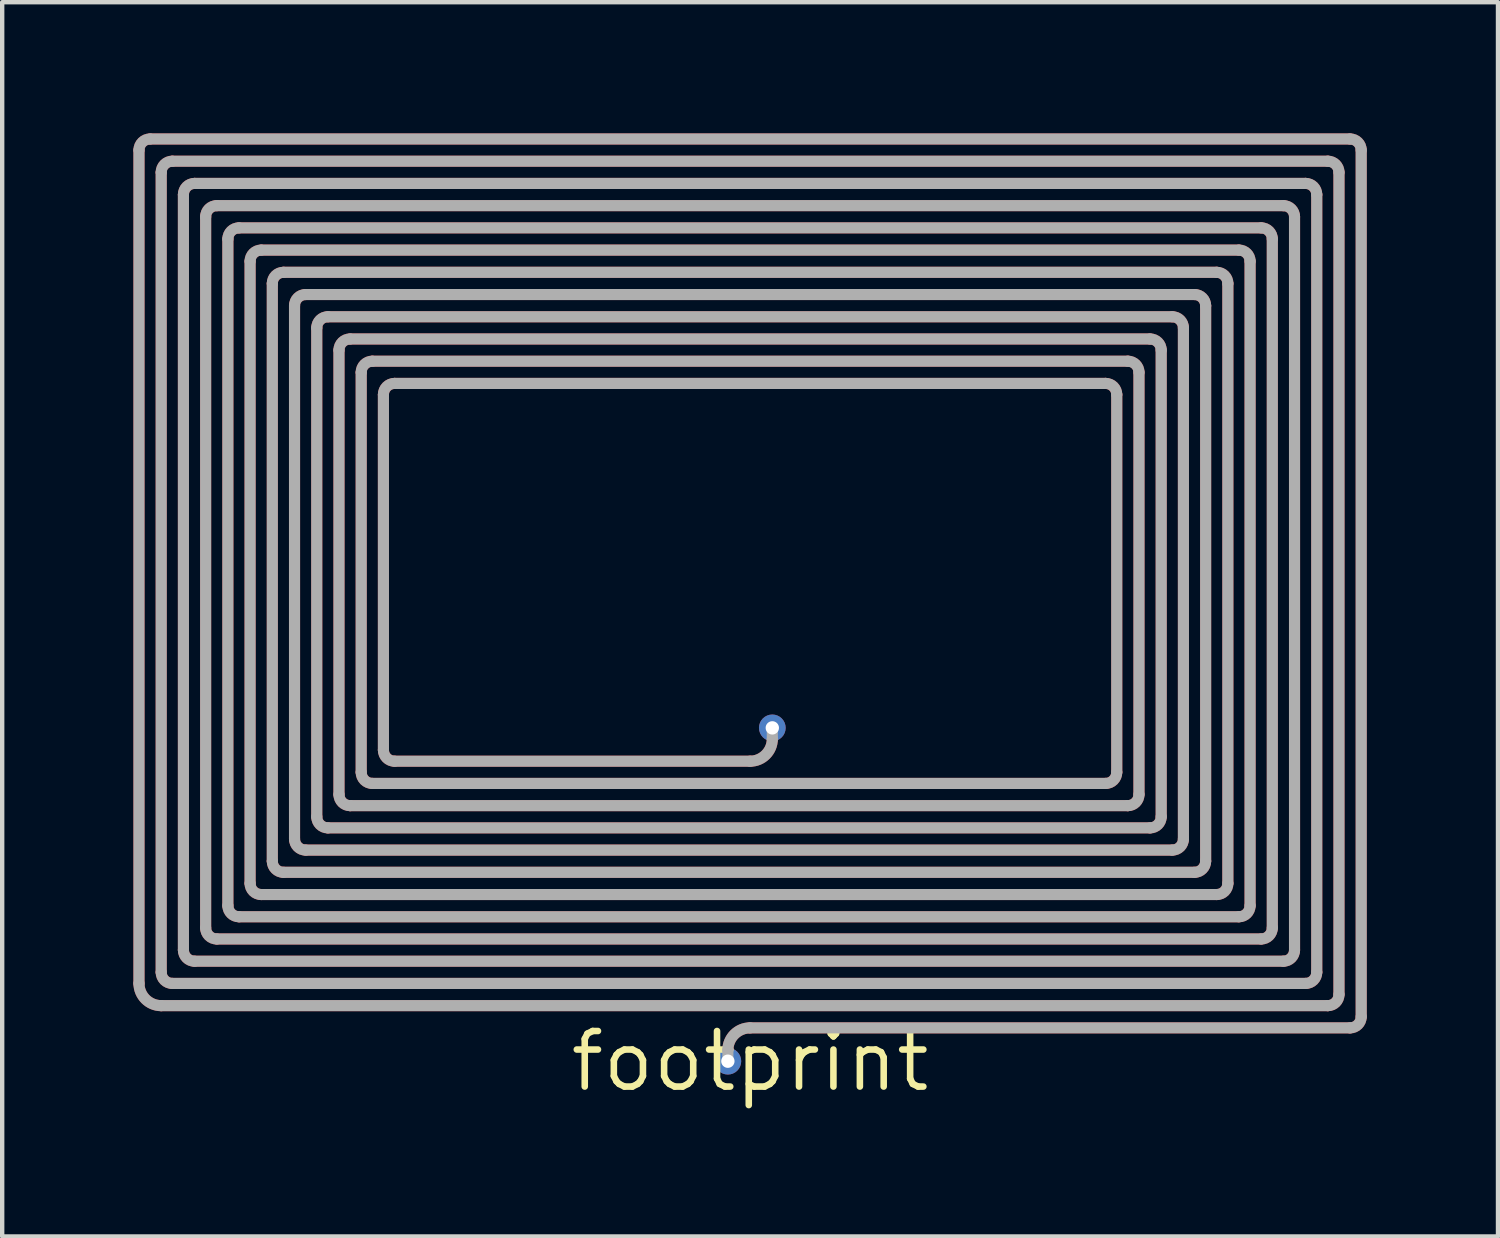
<source format=kicad_pcb>
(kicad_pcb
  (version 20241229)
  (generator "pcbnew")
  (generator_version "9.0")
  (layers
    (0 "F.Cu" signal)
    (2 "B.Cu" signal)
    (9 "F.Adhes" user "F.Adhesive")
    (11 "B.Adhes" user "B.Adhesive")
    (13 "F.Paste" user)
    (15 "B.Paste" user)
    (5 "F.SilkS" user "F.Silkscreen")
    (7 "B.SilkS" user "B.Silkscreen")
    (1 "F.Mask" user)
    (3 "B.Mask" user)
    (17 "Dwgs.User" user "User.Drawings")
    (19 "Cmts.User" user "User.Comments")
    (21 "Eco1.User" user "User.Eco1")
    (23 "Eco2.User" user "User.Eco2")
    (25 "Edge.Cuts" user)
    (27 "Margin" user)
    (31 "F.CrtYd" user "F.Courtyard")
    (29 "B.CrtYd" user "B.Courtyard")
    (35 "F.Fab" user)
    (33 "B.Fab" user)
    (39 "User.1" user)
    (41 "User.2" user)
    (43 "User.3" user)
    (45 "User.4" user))
  (footprint "footprint"
    (layer "F.Cu")
    (at 14.097 21.209)
    (property "Reference" "footprint" (at 0 0 0) (layer "F.SilkS") (effects (font (size 1.27 1.27) (thickness 0.15))))
    (fp_line (start -13.97 -20.828) (end -13.97 -1.778) (stroke (width 0.254) (type solid)) (layer "F.Cu"))
    (fp_line (start -13.462 -20.32) (end -13.462 -2.032) (stroke (width 0.254) (type solid)) (layer "F.Cu"))
    (fp_line (start -13.462 -1.27) (end 13.208 -1.27) (stroke (width 0.254) (type solid)) (layer "F.Cu"))
    (fp_line (start -13.208 -1.778) (end 12.7 -1.778) (stroke (width 0.254) (type solid)) (layer "F.Cu"))
    (fp_line (start -12.954 -19.812) (end -12.954 -2.54) (stroke (width 0.254) (type solid)) (layer "F.Cu"))
    (fp_line (start -12.7 -2.286) (end 12.192 -2.286) (stroke (width 0.254) (type solid)) (layer "F.Cu"))
    (fp_line (start -12.446 -19.304) (end -12.446 -3.048) (stroke (width 0.254) (type solid)) (layer "F.Cu"))
    (fp_line (start -12.192 -2.794) (end 11.684 -2.794) (stroke (width 0.254) (type solid)) (layer "F.Cu"))
    (fp_line (start -11.938 -18.796) (end -11.938 -3.556) (stroke (width 0.254) (type solid)) (layer "F.Cu"))
    (fp_line (start -11.684 -3.302) (end 11.176 -3.302) (stroke (width 0.254) (type solid)) (layer "F.Cu"))
    (fp_line (start -11.43 -18.288) (end -11.43 -4.064) (stroke (width 0.254) (type solid)) (layer "F.Cu"))
    (fp_line (start -11.176 -3.81) (end 10.668 -3.81) (stroke (width 0.254) (type solid)) (layer "F.Cu"))
    (fp_line (start -10.922 -17.78) (end -10.922 -4.572) (stroke (width 0.254) (type solid)) (layer "F.Cu"))
    (fp_line (start -10.668 -4.318) (end 10.16 -4.318) (stroke (width 0.254) (type solid)) (layer "F.Cu"))
    (fp_line (start -10.414 -17.272) (end -10.414 -5.08) (stroke (width 0.254) (type solid)) (layer "F.Cu"))
    (fp_line (start -10.16 -4.826) (end 9.652 -4.826) (stroke (width 0.254) (type solid)) (layer "F.Cu"))
    (fp_line (start -9.906 -16.764) (end -9.906 -5.588) (stroke (width 0.254) (type solid)) (layer "F.Cu"))
    (fp_line (start -9.652 -5.334) (end 9.144 -5.334) (stroke (width 0.254) (type solid)) (layer "F.Cu"))
    (fp_line (start -9.398 -16.256) (end -9.398 -6.096) (stroke (width 0.254) (type solid)) (layer "F.Cu"))
    (fp_line (start -9.144 -5.842) (end 8.636 -5.842) (stroke (width 0.254) (type solid)) (layer "F.Cu"))
    (fp_line (start -8.89 -15.748) (end -8.89 -6.604) (stroke (width 0.254) (type solid)) (layer "F.Cu"))
    (fp_line (start -8.636 -6.35) (end 8.128 -6.35) (stroke (width 0.254) (type solid)) (layer "F.Cu"))
    (fp_line (start -8.382 -15.24) (end -8.382 -7.112) (stroke (width 0.254) (type solid)) (layer "F.Cu"))
    (fp_line (start -8.128 -6.858) (end 0 -6.858) (stroke (width 0.254) (type solid)) (layer "F.Cu"))
    (fp_line (start -0.508 -0.254) (end -0.508 0) (stroke (width 0.254) (type solid)) (layer "F.Cu"))
    (fp_line (start 0 -0.762) (end 13.716 -0.762) (stroke (width 0.254) (type solid)) (layer "F.Cu"))
    (fp_line (start 0.508 -7.366) (end 0.508 -7.62) (stroke (width 0.254) (type solid)) (layer "F.Cu"))
    (fp_line (start 8.128 -15.494) (end -8.128 -15.494) (stroke (width 0.254) (type solid)) (layer "F.Cu"))
    (fp_line (start 8.382 -6.604) (end 8.382 -15.24) (stroke (width 0.254) (type solid)) (layer "F.Cu"))
    (fp_line (start 8.636 -16.002) (end -8.636 -16.002) (stroke (width 0.254) (type solid)) (layer "F.Cu"))
    (fp_line (start 8.89 -6.096) (end 8.89 -15.748) (stroke (width 0.254) (type solid)) (layer "F.Cu"))
    (fp_line (start 9.144 -16.51) (end -9.144 -16.51) (stroke (width 0.254) (type solid)) (layer "F.Cu"))
    (fp_line (start 9.398 -5.588) (end 9.398 -16.256) (stroke (width 0.254) (type solid)) (layer "F.Cu"))
    (fp_line (start 9.652 -17.018) (end -9.652 -17.018) (stroke (width 0.254) (type solid)) (layer "F.Cu"))
    (fp_line (start 9.906 -5.08) (end 9.906 -16.764) (stroke (width 0.254) (type solid)) (layer "F.Cu"))
    (fp_line (start 10.16 -17.526) (end -10.16 -17.526) (stroke (width 0.254) (type solid)) (layer "F.Cu"))
    (fp_line (start 10.414 -4.572) (end 10.414 -17.272) (stroke (width 0.254) (type solid)) (layer "F.Cu"))
    (fp_line (start 10.668 -18.034) (end -10.668 -18.034) (stroke (width 0.254) (type solid)) (layer "F.Cu"))
    (fp_line (start 10.922 -4.064) (end 10.922 -17.78) (stroke (width 0.254) (type solid)) (layer "F.Cu"))
    (fp_line (start 11.176 -18.542) (end -11.176 -18.542) (stroke (width 0.254) (type solid)) (layer "F.Cu"))
    (fp_line (start 11.43 -3.556) (end 11.43 -18.288) (stroke (width 0.254) (type solid)) (layer "F.Cu"))
    (fp_line (start 11.684 -19.05) (end -11.684 -19.05) (stroke (width 0.254) (type solid)) (layer "F.Cu"))
    (fp_line (start 11.938 -3.048) (end 11.938 -18.796) (stroke (width 0.254) (type solid)) (layer "F.Cu"))
    (fp_line (start 12.192 -19.558) (end -12.192 -19.558) (stroke (width 0.254) (type solid)) (layer "F.Cu"))
    (fp_line (start 12.446 -2.54) (end 12.446 -19.304) (stroke (width 0.254) (type solid)) (layer "F.Cu"))
    (fp_line (start 12.7 -20.066) (end -12.7 -20.066) (stroke (width 0.254) (type solid)) (layer "F.Cu"))
    (fp_line (start 12.954 -2.032) (end 12.954 -19.812) (stroke (width 0.254) (type solid)) (layer "F.Cu"))
    (fp_line (start 13.208 -20.574) (end -13.208 -20.574) (stroke (width 0.254) (type solid)) (layer "F.Cu"))
    (fp_line (start 13.462 -1.524) (end 13.462 -20.32) (stroke (width 0.254) (type solid)) (layer "F.Cu"))
    (fp_line (start 13.716 -21.082) (end -13.716 -21.082) (stroke (width 0.254) (type solid)) (layer "F.Cu"))
    (fp_line (start 13.97 -1.016) (end 13.97 -20.828) (stroke (width 0.254) (type solid)) (layer "F.Cu"))
    (fp_arc (start -13.97 -20.828) (mid -13.895605 -21.007605) (end -13.716 -21.082) (stroke (width 0.254) (type solid)) (layer "F.Cu"))
    (fp_arc (start -13.462 -20.32) (mid -13.387605 -20.499605) (end -13.208 -20.574) (stroke (width 0.254) (type solid)) (layer "F.Cu"))
    (fp_arc (start -13.462 -1.27) (mid -13.82121 -1.41879) (end -13.97 -1.778) (stroke (width 0.254) (type solid)) (layer "F.Cu"))
    (fp_arc (start -13.208 -1.778) (mid -13.387605 -1.852395) (end -13.462 -2.032) (stroke (width 0.254) (type solid)) (layer "F.Cu"))
    (fp_arc (start -12.954 -19.812) (mid -12.879605 -19.991605) (end -12.7 -20.066) (stroke (width 0.254) (type solid)) (layer "F.Cu"))
    (fp_arc (start -12.7 -2.286) (mid -12.879605 -2.360395) (end -12.954 -2.54) (stroke (width 0.254) (type solid)) (layer "F.Cu"))
    (fp_arc (start -12.446 -19.304) (mid -12.371605 -19.483605) (end -12.192 -19.558) (stroke (width 0.254) (type solid)) (layer "F.Cu"))
    (fp_arc (start -12.192 -2.794) (mid -12.371605 -2.868395) (end -12.446 -3.048) (stroke (width 0.254) (type solid)) (layer "F.Cu"))
    (fp_arc (start -11.938 -18.796) (mid -11.863605 -18.975605) (end -11.684 -19.05) (stroke (width 0.254) (type solid)) (layer "F.Cu"))
    (fp_arc (start -11.684 -3.302) (mid -11.863605 -3.376395) (end -11.938 -3.556) (stroke (width 0.254) (type solid)) (layer "F.Cu"))
    (fp_arc (start -11.43 -18.288) (mid -11.355605 -18.467605) (end -11.176 -18.542) (stroke (width 0.254) (type solid)) (layer "F.Cu"))
    (fp_arc (start -11.176 -3.81) (mid -11.355605 -3.884395) (end -11.43 -4.064) (stroke (width 0.254) (type solid)) (layer "F.Cu"))
    (fp_arc (start -10.922 -17.78) (mid -10.847605 -17.959605) (end -10.668 -18.034) (stroke (width 0.254) (type solid)) (layer "F.Cu"))
    (fp_arc (start -10.668 -4.318) (mid -10.847605 -4.392395) (end -10.922 -4.572) (stroke (width 0.254) (type solid)) (layer "F.Cu"))
    (fp_arc (start -10.414 -17.272) (mid -10.339605 -17.451605) (end -10.16 -17.526) (stroke (width 0.254) (type solid)) (layer "F.Cu"))
    (fp_arc (start -10.16 -4.826) (mid -10.339605 -4.900395) (end -10.414 -5.08) (stroke (width 0.254) (type solid)) (layer "F.Cu"))
    (fp_arc (start -9.906 -16.764) (mid -9.831605 -16.943605) (end -9.652 -17.018) (stroke (width 0.254) (type solid)) (layer "F.Cu"))
    (fp_arc (start -9.652 -5.334) (mid -9.831605 -5.408395) (end -9.906 -5.588) (stroke (width 0.254) (type solid)) (layer "F.Cu"))
    (fp_arc (start -9.398 -16.256) (mid -9.323605 -16.435605) (end -9.144 -16.51) (stroke (width 0.254) (type solid)) (layer "F.Cu"))
    (fp_arc (start -9.144 -5.842) (mid -9.323605 -5.916395) (end -9.398 -6.096) (stroke (width 0.254) (type solid)) (layer "F.Cu"))
    (fp_arc (start -8.89 -15.748) (mid -8.815605 -15.927605) (end -8.636 -16.002) (stroke (width 0.254) (type solid)) (layer "F.Cu"))
    (fp_arc (start -8.636 -6.35) (mid -8.815605 -6.424395) (end -8.89 -6.604) (stroke (width 0.254) (type solid)) (layer "F.Cu"))
    (fp_arc (start -8.382 -15.24) (mid -8.307605 -15.419605) (end -8.128 -15.494) (stroke (width 0.254) (type solid)) (layer "F.Cu"))
    (fp_arc (start -8.128 -6.858) (mid -8.307605 -6.932395) (end -8.382 -7.112) (stroke (width 0.254) (type solid)) (layer "F.Cu"))
    (fp_arc (start -0.508001 -0.253999) (mid -0.359211 -0.61321) (end 0 -0.762) (stroke (width 0.254) (type solid)) (layer "F.Cu"))
    (fp_arc (start 0.508 -7.366) (mid 0.35921 -7.00679) (end 0 -6.858) (stroke (width 0.254) (type solid)) (layer "F.Cu"))
    (fp_arc (start 8.128 -15.494) (mid 8.307605 -15.419605) (end 8.382 -15.24) (stroke (width 0.254) (type solid)) (layer "F.Cu"))
    (fp_arc (start 8.382 -6.604) (mid 8.307605 -6.424395) (end 8.128 -6.35) (stroke (width 0.254) (type solid)) (layer "F.Cu"))
    (fp_arc (start 8.636 -16.002) (mid 8.815605 -15.927605) (end 8.89 -15.748) (stroke (width 0.254) (type solid)) (layer "F.Cu"))
    (fp_arc (start 8.89 -6.096) (mid 8.815605 -5.916395) (end 8.636 -5.842) (stroke (width 0.254) (type solid)) (layer "F.Cu"))
    (fp_arc (start 9.144 -16.51) (mid 9.323605 -16.435605) (end 9.398 -16.256) (stroke (width 0.254) (type solid)) (layer "F.Cu"))
    (fp_arc (start 9.398 -5.588) (mid 9.323605 -5.408395) (end 9.144 -5.334) (stroke (width 0.254) (type solid)) (layer "F.Cu"))
    (fp_arc (start 9.652 -17.018) (mid 9.831605 -16.943605) (end 9.906 -16.764) (stroke (width 0.254) (type solid)) (layer "F.Cu"))
    (fp_arc (start 9.906 -5.08) (mid 9.831605 -4.900395) (end 9.652 -4.826) (stroke (width 0.254) (type solid)) (layer "F.Cu"))
    (fp_arc (start 10.16 -17.526) (mid 10.339605 -17.451605) (end 10.414 -17.272) (stroke (width 0.254) (type solid)) (layer "F.Cu"))
    (fp_arc (start 10.414 -4.572) (mid 10.339605 -4.392395) (end 10.16 -4.318) (stroke (width 0.254) (type solid)) (layer "F.Cu"))
    (fp_arc (start 10.668 -18.034) (mid 10.847605 -17.959605) (end 10.922 -17.78) (stroke (width 0.254) (type solid)) (layer "F.Cu"))
    (fp_arc (start 10.922 -4.064) (mid 10.847605 -3.884395) (end 10.668 -3.81) (stroke (width 0.254) (type solid)) (layer "F.Cu"))
    (fp_arc (start 11.176 -18.542) (mid 11.355605 -18.467605) (end 11.43 -18.288) (stroke (width 0.254) (type solid)) (layer "F.Cu"))
    (fp_arc (start 11.43 -3.556) (mid 11.355605 -3.376395) (end 11.176 -3.302) (stroke (width 0.254) (type solid)) (layer "F.Cu"))
    (fp_arc (start 11.684 -19.05) (mid 11.863605 -18.975605) (end 11.938 -18.796) (stroke (width 0.254) (type solid)) (layer "F.Cu"))
    (fp_arc (start 11.938 -3.048) (mid 11.863605 -2.868395) (end 11.684 -2.794) (stroke (width 0.254) (type solid)) (layer "F.Cu"))
    (fp_arc (start 12.192 -19.558) (mid 12.371605 -19.483605) (end 12.446 -19.304) (stroke (width 0.254) (type solid)) (layer "F.Cu"))
    (fp_arc (start 12.446 -2.54) (mid 12.371605 -2.360395) (end 12.192 -2.286) (stroke (width 0.254) (type solid)) (layer "F.Cu"))
    (fp_arc (start 12.7 -20.066) (mid 12.879605 -19.991605) (end 12.954 -19.812) (stroke (width 0.254) (type solid)) (layer "F.Cu"))
    (fp_arc (start 12.954 -2.032) (mid 12.879605 -1.852395) (end 12.7 -1.778) (stroke (width 0.254) (type solid)) (layer "F.Cu"))
    (fp_arc (start 13.208 -20.574) (mid 13.387605 -20.499605) (end 13.462 -20.32) (stroke (width 0.254) (type solid)) (layer "F.Cu"))
    (fp_arc (start 13.462 -1.524) (mid 13.387605 -1.344395) (end 13.208 -1.27) (stroke (width 0.254) (type solid)) (layer "F.Cu"))
    (fp_arc (start 13.716 -21.082) (mid 13.895605 -21.007605) (end 13.97 -20.828) (stroke (width 0.254) (type solid)) (layer "F.Cu"))
    (fp_arc (start 13.97 -1.016) (mid 13.895605 -0.836395) (end 13.716 -0.762) (stroke (width 0.254) (type solid)) (layer "F.Cu"))
    (fp_line (start -13.97 -20.828) (end -13.97 -1.778) (stroke (width 0.254) (type solid)) (layer "F.Fab"))
    (fp_line (start -13.462 -20.32) (end -13.462 -2.032) (stroke (width 0.254) (type solid)) (layer "F.Fab"))
    (fp_line (start -13.462 -1.27) (end 13.208 -1.27) (stroke (width 0.254) (type solid)) (layer "F.Fab"))
    (fp_line (start -13.208 -1.778) (end 12.7 -1.778) (stroke (width 0.254) (type solid)) (layer "F.Fab"))
    (fp_line (start -12.954 -19.812) (end -12.954 -2.54) (stroke (width 0.254) (type solid)) (layer "F.Fab"))
    (fp_line (start -12.7 -2.286) (end 12.192 -2.286) (stroke (width 0.254) (type solid)) (layer "F.Fab"))
    (fp_line (start -12.446 -19.304) (end -12.446 -3.048) (stroke (width 0.254) (type solid)) (layer "F.Fab"))
    (fp_line (start -12.192 -2.794) (end 11.684 -2.794) (stroke (width 0.254) (type solid)) (layer "F.Fab"))
    (fp_line (start -11.938 -18.796) (end -11.938 -3.556) (stroke (width 0.254) (type solid)) (layer "F.Fab"))
    (fp_line (start -11.684 -3.302) (end 11.176 -3.302) (stroke (width 0.254) (type solid)) (layer "F.Fab"))
    (fp_line (start -11.43 -18.288) (end -11.43 -4.064) (stroke (width 0.254) (type solid)) (layer "F.Fab"))
    (fp_line (start -11.176 -3.81) (end 10.668 -3.81) (stroke (width 0.254) (type solid)) (layer "F.Fab"))
    (fp_line (start -10.922 -17.78) (end -10.922 -4.572) (stroke (width 0.254) (type solid)) (layer "F.Fab"))
    (fp_line (start -10.668 -4.318) (end 10.16 -4.318) (stroke (width 0.254) (type solid)) (layer "F.Fab"))
    (fp_line (start -10.414 -17.272) (end -10.414 -5.08) (stroke (width 0.254) (type solid)) (layer "F.Fab"))
    (fp_line (start -10.16 -4.826) (end 9.652 -4.826) (stroke (width 0.254) (type solid)) (layer "F.Fab"))
    (fp_line (start -9.906 -16.764) (end -9.906 -5.588) (stroke (width 0.254) (type solid)) (layer "F.Fab"))
    (fp_line (start -9.652 -5.334) (end 9.144 -5.334) (stroke (width 0.254) (type solid)) (layer "F.Fab"))
    (fp_line (start -9.398 -16.256) (end -9.398 -6.096) (stroke (width 0.254) (type solid)) (layer "F.Fab"))
    (fp_line (start -9.144 -5.842) (end 8.636 -5.842) (stroke (width 0.254) (type solid)) (layer "F.Fab"))
    (fp_line (start -8.89 -15.748) (end -8.89 -6.604) (stroke (width 0.254) (type solid)) (layer "F.Fab"))
    (fp_line (start -8.636 -6.35) (end 8.128 -6.35) (stroke (width 0.254) (type solid)) (layer "F.Fab"))
    (fp_line (start -8.382 -15.24) (end -8.382 -7.112) (stroke (width 0.254) (type solid)) (layer "F.Fab"))
    (fp_line (start -8.128 -6.858) (end 0 -6.858) (stroke (width 0.254) (type solid)) (layer "F.Fab"))
    (fp_line (start -0.508 -0.254) (end -0.508 0) (stroke (width 0.254) (type solid)) (layer "F.Fab"))
    (fp_line (start 0 -0.762) (end 13.716 -0.762) (stroke (width 0.254) (type solid)) (layer "F.Fab"))
    (fp_line (start 0.508 -7.366) (end 0.508 -7.62) (stroke (width 0.254) (type solid)) (layer "F.Fab"))
    (fp_line (start 8.128 -15.494) (end -8.128 -15.494) (stroke (width 0.254) (type solid)) (layer "F.Fab"))
    (fp_line (start 8.382 -6.604) (end 8.382 -15.24) (stroke (width 0.254) (type solid)) (layer "F.Fab"))
    (fp_line (start 8.636 -16.002) (end -8.636 -16.002) (stroke (width 0.254) (type solid)) (layer "F.Fab"))
    (fp_line (start 8.89 -6.096) (end 8.89 -15.748) (stroke (width 0.254) (type solid)) (layer "F.Fab"))
    (fp_line (start 9.144 -16.51) (end -9.144 -16.51) (stroke (width 0.254) (type solid)) (layer "F.Fab"))
    (fp_line (start 9.398 -5.588) (end 9.398 -16.256) (stroke (width 0.254) (type solid)) (layer "F.Fab"))
    (fp_line (start 9.652 -17.018) (end -9.652 -17.018) (stroke (width 0.254) (type solid)) (layer "F.Fab"))
    (fp_line (start 9.906 -5.08) (end 9.906 -16.764) (stroke (width 0.254) (type solid)) (layer "F.Fab"))
    (fp_line (start 10.16 -17.526) (end -10.16 -17.526) (stroke (width 0.254) (type solid)) (layer "F.Fab"))
    (fp_line (start 10.414 -4.572) (end 10.414 -17.272) (stroke (width 0.254) (type solid)) (layer "F.Fab"))
    (fp_line (start 10.668 -18.034) (end -10.668 -18.034) (stroke (width 0.254) (type solid)) (layer "F.Fab"))
    (fp_line (start 10.922 -4.064) (end 10.922 -17.78) (stroke (width 0.254) (type solid)) (layer "F.Fab"))
    (fp_line (start 11.176 -18.542) (end -11.176 -18.542) (stroke (width 0.254) (type solid)) (layer "F.Fab"))
    (fp_line (start 11.43 -3.556) (end 11.43 -18.288) (stroke (width 0.254) (type solid)) (layer "F.Fab"))
    (fp_line (start 11.684 -19.05) (end -11.684 -19.05) (stroke (width 0.254) (type solid)) (layer "F.Fab"))
    (fp_line (start 11.938 -3.048) (end 11.938 -18.796) (stroke (width 0.254) (type solid)) (layer "F.Fab"))
    (fp_line (start 12.192 -19.558) (end -12.192 -19.558) (stroke (width 0.254) (type solid)) (layer "F.Fab"))
    (fp_line (start 12.446 -2.54) (end 12.446 -19.304) (stroke (width 0.254) (type solid)) (layer "F.Fab"))
    (fp_line (start 12.7 -20.066) (end -12.7 -20.066) (stroke (width 0.254) (type solid)) (layer "F.Fab"))
    (fp_line (start 12.954 -2.032) (end 12.954 -19.812) (stroke (width 0.254) (type solid)) (layer "F.Fab"))
    (fp_line (start 13.208 -20.574) (end -13.208 -20.574) (stroke (width 0.254) (type solid)) (layer "F.Fab"))
    (fp_line (start 13.462 -1.524) (end 13.462 -20.32) (stroke (width 0.254) (type solid)) (layer "F.Fab"))
    (fp_line (start 13.716 -21.082) (end -13.716 -21.082) (stroke (width 0.254) (type solid)) (layer "F.Fab"))
    (fp_line (start 13.97 -1.016) (end 13.97 -20.828) (stroke (width 0.254) (type solid)) (layer "F.Fab"))
    (fp_arc (start -13.97 -20.828) (mid -13.895605 -21.007605) (end -13.716 -21.082) (stroke (width 0.254) (type solid)) (layer "F.Fab"))
    (fp_arc (start -13.462 -20.32) (mid -13.387605 -20.499605) (end -13.208 -20.574) (stroke (width 0.254) (type solid)) (layer "F.Fab"))
    (fp_arc (start -13.462 -1.27) (mid -13.82121 -1.41879) (end -13.97 -1.778) (stroke (width 0.254) (type solid)) (layer "F.Fab"))
    (fp_arc (start -13.208 -1.778) (mid -13.387605 -1.852395) (end -13.462 -2.032) (stroke (width 0.254) (type solid)) (layer "F.Fab"))
    (fp_arc (start -12.954 -19.812) (mid -12.879605 -19.991605) (end -12.7 -20.066) (stroke (width 0.254) (type solid)) (layer "F.Fab"))
    (fp_arc (start -12.7 -2.286) (mid -12.879605 -2.360395) (end -12.954 -2.54) (stroke (width 0.254) (type solid)) (layer "F.Fab"))
    (fp_arc (start -12.446 -19.304) (mid -12.371605 -19.483605) (end -12.192 -19.558) (stroke (width 0.254) (type solid)) (layer "F.Fab"))
    (fp_arc (start -12.192 -2.794) (mid -12.371605 -2.868395) (end -12.446 -3.048) (stroke (width 0.254) (type solid)) (layer "F.Fab"))
    (fp_arc (start -11.938 -18.796) (mid -11.863605 -18.975605) (end -11.684 -19.05) (stroke (width 0.254) (type solid)) (layer "F.Fab"))
    (fp_arc (start -11.684 -3.302) (mid -11.863605 -3.376395) (end -11.938 -3.556) (stroke (width 0.254) (type solid)) (layer "F.Fab"))
    (fp_arc (start -11.43 -18.288) (mid -11.355605 -18.467605) (end -11.176 -18.542) (stroke (width 0.254) (type solid)) (layer "F.Fab"))
    (fp_arc (start -11.176 -3.81) (mid -11.355605 -3.884395) (end -11.43 -4.064) (stroke (width 0.254) (type solid)) (layer "F.Fab"))
    (fp_arc (start -10.922 -17.78) (mid -10.847605 -17.959605) (end -10.668 -18.034) (stroke (width 0.254) (type solid)) (layer "F.Fab"))
    (fp_arc (start -10.668 -4.318) (mid -10.847605 -4.392395) (end -10.922 -4.572) (stroke (width 0.254) (type solid)) (layer "F.Fab"))
    (fp_arc (start -10.414 -17.272) (mid -10.339605 -17.451605) (end -10.16 -17.526) (stroke (width 0.254) (type solid)) (layer "F.Fab"))
    (fp_arc (start -10.16 -4.826) (mid -10.339605 -4.900395) (end -10.414 -5.08) (stroke (width 0.254) (type solid)) (layer "F.Fab"))
    (fp_arc (start -9.906 -16.764) (mid -9.831605 -16.943605) (end -9.652 -17.018) (stroke (width 0.254) (type solid)) (layer "F.Fab"))
    (fp_arc (start -9.652 -5.334) (mid -9.831605 -5.408395) (end -9.906 -5.588) (stroke (width 0.254) (type solid)) (layer "F.Fab"))
    (fp_arc (start -9.398 -16.256) (mid -9.323605 -16.435605) (end -9.144 -16.51) (stroke (width 0.254) (type solid)) (layer "F.Fab"))
    (fp_arc (start -9.144 -5.842) (mid -9.323605 -5.916395) (end -9.398 -6.096) (stroke (width 0.254) (type solid)) (layer "F.Fab"))
    (fp_arc (start -8.89 -15.748) (mid -8.815605 -15.927605) (end -8.636 -16.002) (stroke (width 0.254) (type solid)) (layer "F.Fab"))
    (fp_arc (start -8.636 -6.35) (mid -8.815605 -6.424395) (end -8.89 -6.604) (stroke (width 0.254) (type solid)) (layer "F.Fab"))
    (fp_arc (start -8.382 -15.24) (mid -8.307605 -15.419605) (end -8.128 -15.494) (stroke (width 0.254) (type solid)) (layer "F.Fab"))
    (fp_arc (start -8.128 -6.858) (mid -8.307605 -6.932395) (end -8.382 -7.112) (stroke (width 0.254) (type solid)) (layer "F.Fab"))
    (fp_arc (start -0.508001 -0.253999) (mid -0.359211 -0.61321) (end 0 -0.762) (stroke (width 0.254) (type solid)) (layer "F.Fab"))
    (fp_arc (start 0.508 -7.366) (mid 0.35921 -7.00679) (end 0 -6.858) (stroke (width 0.254) (type solid)) (layer "F.Fab"))
    (fp_arc (start 8.128 -15.494) (mid 8.307605 -15.419605) (end 8.382 -15.24) (stroke (width 0.254) (type solid)) (layer "F.Fab"))
    (fp_arc (start 8.382 -6.604) (mid 8.307605 -6.424395) (end 8.128 -6.35) (stroke (width 0.254) (type solid)) (layer "F.Fab"))
    (fp_arc (start 8.636 -16.002) (mid 8.815605 -15.927605) (end 8.89 -15.748) (stroke (width 0.254) (type solid)) (layer "F.Fab"))
    (fp_arc (start 8.89 -6.096) (mid 8.815605 -5.916395) (end 8.636 -5.842) (stroke (width 0.254) (type solid)) (layer "F.Fab"))
    (fp_arc (start 9.144 -16.51) (mid 9.323605 -16.435605) (end 9.398 -16.256) (stroke (width 0.254) (type solid)) (layer "F.Fab"))
    (fp_arc (start 9.398 -5.588) (mid 9.323605 -5.408395) (end 9.144 -5.334) (stroke (width 0.254) (type solid)) (layer "F.Fab"))
    (fp_arc (start 9.652 -17.018) (mid 9.831605 -16.943605) (end 9.906 -16.764) (stroke (width 0.254) (type solid)) (layer "F.Fab"))
    (fp_arc (start 9.906 -5.08) (mid 9.831605 -4.900395) (end 9.652 -4.826) (stroke (width 0.254) (type solid)) (layer "F.Fab"))
    (fp_arc (start 10.16 -17.526) (mid 10.339605 -17.451605) (end 10.414 -17.272) (stroke (width 0.254) (type solid)) (layer "F.Fab"))
    (fp_arc (start 10.414 -4.572) (mid 10.339605 -4.392395) (end 10.16 -4.318) (stroke (width 0.254) (type solid)) (layer "F.Fab"))
    (fp_arc (start 10.668 -18.034) (mid 10.847605 -17.959605) (end 10.922 -17.78) (stroke (width 0.254) (type solid)) (layer "F.Fab"))
    (fp_arc (start 10.922 -4.064) (mid 10.847605 -3.884395) (end 10.668 -3.81) (stroke (width 0.254) (type solid)) (layer "F.Fab"))
    (fp_arc (start 11.176 -18.542) (mid 11.355605 -18.467605) (end 11.43 -18.288) (stroke (width 0.254) (type solid)) (layer "F.Fab"))
    (fp_arc (start 11.43 -3.556) (mid 11.355605 -3.376395) (end 11.176 -3.302) (stroke (width 0.254) (type solid)) (layer "F.Fab"))
    (fp_arc (start 11.684 -19.05) (mid 11.863605 -18.975605) (end 11.938 -18.796) (stroke (width 0.254) (type solid)) (layer "F.Fab"))
    (fp_arc (start 11.938 -3.048) (mid 11.863605 -2.868395) (end 11.684 -2.794) (stroke (width 0.254) (type solid)) (layer "F.Fab"))
    (fp_arc (start 12.192 -19.558) (mid 12.371605 -19.483605) (end 12.446 -19.304) (stroke (width 0.254) (type solid)) (layer "F.Fab"))
    (fp_arc (start 12.446 -2.54) (mid 12.371605 -2.360395) (end 12.192 -2.286) (stroke (width 0.254) (type solid)) (layer "F.Fab"))
    (fp_arc (start 12.7 -20.066) (mid 12.879605 -19.991605) (end 12.954 -19.812) (stroke (width 0.254) (type solid)) (layer "F.Fab"))
    (fp_arc (start 12.954 -2.032) (mid 12.879605 -1.852395) (end 12.7 -1.778) (stroke (width 0.254) (type solid)) (layer "F.Fab"))
    (fp_arc (start 13.208 -20.574) (mid 13.387605 -20.499605) (end 13.462 -20.32) (stroke (width 0.254) (type solid)) (layer "F.Fab"))
    (fp_arc (start 13.462 -1.524) (mid 13.387605 -1.344395) (end 13.208 -1.27) (stroke (width 0.254) (type solid)) (layer "F.Fab"))
    (fp_arc (start 13.716 -21.082) (mid 13.895605 -21.007605) (end 13.97 -20.828) (stroke (width 0.254) (type solid)) (layer "F.Fab"))
    (fp_arc (start 13.97 -1.016) (mid 13.895605 -0.836395) (end 13.716 -0.762) (stroke (width 0.254) (type solid)) (layer "F.Fab"))
    (pad "IN1" thru_hole circle (at 0.508 -7.62) (size 0.61 0.61) (drill 0.305) (layers "*.Cu"))
    (pad "IN2" thru_hole circle (at -0.508 0) (size 0.61 0.61) (drill 0.305) (layers "*.Cu")))
  (gr_rect
    (start -3 -3)
    (end 31.194 25.215)
    (stroke (width 0.1) (type default))
    (fill no)
    (layer "Edge.Cuts")))
</source>
